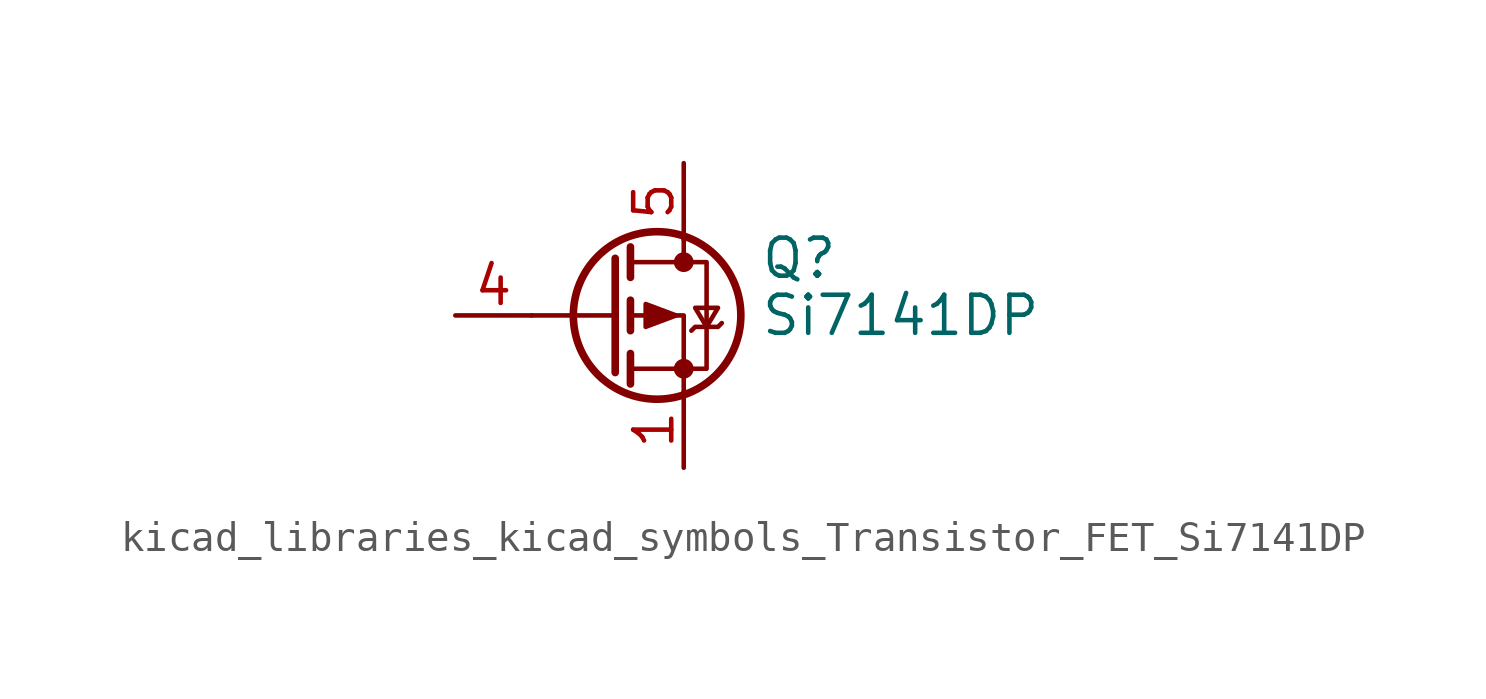
<source format=kicad_sym>
(kicad_symbol_lib
  (version 20220914)
  (generator kicad_symbol_editor)
  (symbol "kicad_libraries_kicad_symbols_Transistor_FET_Si7141DP"
    (pin_names hide)
    (property "Reference" "Q"
      (at 5.08 1.905 0)
      (effects (font (size 1.27 1.27)) (justify left)))
    (property "Value" "Si7141DP"
      (at 5.08 0 0)
      (effects (font (size 1.27 1.27)) (justify left)))
    (symbol "kicad_libraries_kicad_symbols_Transistor_FET_Si7141DP_0_1"
      (polyline (pts (xy 0.254 0) (xy -2.54 0)) (stroke (width 0) (type default)) (fill (type none)))
      (polyline (pts (xy 0.254 1.905) (xy 0.254 -1.905)) (stroke (width 0.254) (type default)) (fill (type none)))
      (polyline (pts (xy 0.762 -1.27) (xy 0.762 -2.286)) (stroke (width 0.254) (type default)) (fill (type none)))
      (polyline (pts (xy 0.762 0.508) (xy 0.762 -0.508)) (stroke (width 0.254) (type default)) (fill (type none)))
      (polyline (pts (xy 0.762 2.286) (xy 0.762 1.27)) (stroke (width 0.254) (type default)) (fill (type none)))
      (polyline (pts (xy 2.54 2.54) (xy 2.54 1.778)) (stroke (width 0) (type default)) (fill (type none)))
      (polyline (pts (xy 2.54 -2.54) (xy 2.54 0) (xy 0.762 0)) (stroke (width 0) (type default)) (fill (type none)))
      (polyline (pts (xy 0.762 1.778) (xy 3.302 1.778) (xy 3.302 -1.778) (xy 0.762 -1.778)) (stroke (width 0) (type default)) (fill (type none)))
      (polyline (pts (xy 2.286 0) (xy 1.27 0.381) (xy 1.27 -0.381) (xy 2.286 0)) (stroke (width 0) (type default)) (fill (type outline)))
      (polyline (pts (xy 2.794 -0.508) (xy 2.921 -0.381) (xy 3.683 -0.381) (xy 3.81 -0.254)) (stroke (width 0) (type default)) (fill (type none)))
      (polyline (pts (xy 3.302 -0.381) (xy 2.921 0.254) (xy 3.683 0.254) (xy 3.302 -0.381)) (stroke (width 0) (type default)) (fill (type none)))
      (circle (center 1.651 0) (radius 2.794) (stroke (width 0.254) (type default)) (fill (type none)))
      (circle (center 2.54 -1.778) (radius 0.254) (stroke (width 0) (type default)) (fill (type outline)))
      (circle (center 2.54 1.778) (radius 0.254) (stroke (width 0) (type default)) (fill (type outline))))
    (symbol "kicad_libraries_kicad_symbols_Transistor_FET_Si7141DP_1_1"
      (pin passive line (at 2.54 -5.08 90) (length 2.54) (name "S" (effects (font (size 1.27 1.27)))) (number "1" (effects (font (size 1.27 1.27)))))
      (pin passive line (at 2.54 -5.08 90) (length 2.54) hide (name "S" (effects (font (size 1.27 1.27)))) (number "2" (effects (font (size 1.27 1.27)))))
      (pin passive line (at 2.54 -5.08 90) (length 2.54) hide (name "S" (effects (font (size 1.27 1.27)))) (number "3" (effects (font (size 1.27 1.27)))))
      (pin input line (at -5.08 0 0) (length 2.54) (name "G" (effects (font (size 1.27 1.27)))) (number "4" (effects (font (size 1.27 1.27)))))
      (pin passive line (at 2.54 5.08 270) (length 2.54) (name "D" (effects (font (size 1.27 1.27)))) (number "5" (effects (font (size 1.27 1.27))))))))
</source>
